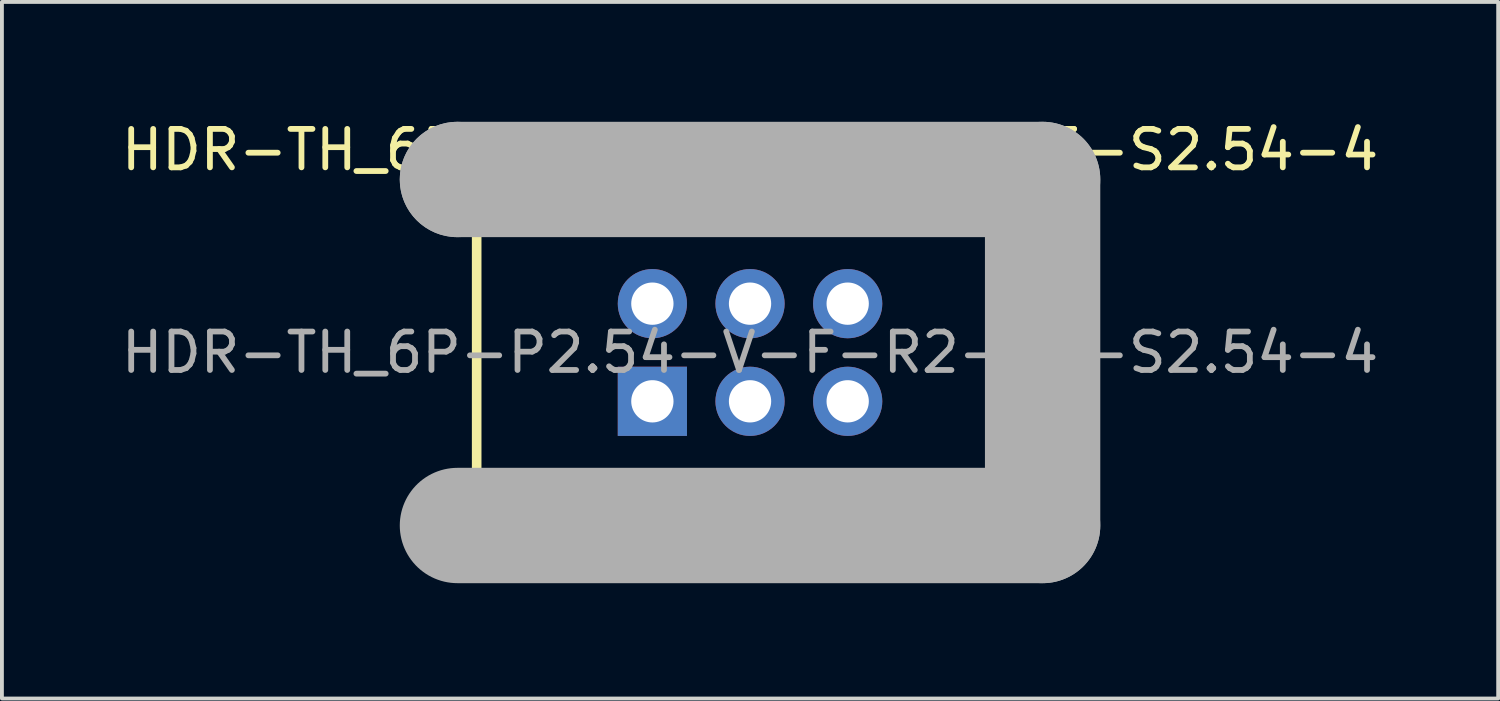
<source format=kicad_pcb>
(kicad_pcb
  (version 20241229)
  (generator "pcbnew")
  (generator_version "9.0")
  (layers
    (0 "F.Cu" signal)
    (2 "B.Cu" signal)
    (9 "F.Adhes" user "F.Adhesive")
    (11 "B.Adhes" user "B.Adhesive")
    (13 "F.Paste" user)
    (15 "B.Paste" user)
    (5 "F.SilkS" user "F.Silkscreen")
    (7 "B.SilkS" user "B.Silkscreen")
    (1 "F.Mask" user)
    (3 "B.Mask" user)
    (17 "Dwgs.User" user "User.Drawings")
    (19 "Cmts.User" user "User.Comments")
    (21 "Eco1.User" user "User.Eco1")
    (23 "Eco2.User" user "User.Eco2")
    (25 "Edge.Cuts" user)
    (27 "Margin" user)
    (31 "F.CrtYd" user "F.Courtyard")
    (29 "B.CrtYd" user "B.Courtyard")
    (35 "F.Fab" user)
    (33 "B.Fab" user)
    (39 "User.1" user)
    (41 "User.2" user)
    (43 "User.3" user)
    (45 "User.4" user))
  (footprint "HDR-TH_6P-P2.54-V-F-R2-C3-S2.54-4"
    (layer "F.Cu")
    (at 16.458 6.118)
    (property "Reference" "HDR-TH_6P-P2.54-V-F-R2-C3-S2.54-4" (at 0 -5.27 0) (layer "F.SilkS") (effects (font (size 1 1) (thickness 0.15))))
    (attr through_hole)
    (fp_line (start -7.11 -4.07) (end 7.11 -4.07) (stroke (width 0.25) (type solid)) (layer "F.SilkS"))
    (fp_line (start -7.11 4.06) (end -7.11 -4.07) (stroke (width 0.25) (type solid)) (layer "F.SilkS"))
    (fp_line (start -1.27 4.06) (end -7.11 4.06) (stroke (width 0.25) (type solid)) (layer "F.SilkS"))
    (fp_line (start -1.27 4.44) (end -1.27 4.06) (stroke (width 0.25) (type solid)) (layer "F.SilkS"))
    (fp_line (start 1.27 4.06) (end 1.27 4.44) (stroke (width 0.25) (type solid)) (layer "F.SilkS"))
    (fp_line (start 7.11 -4.07) (end 7.11 4.06) (stroke (width 0.25) (type solid)) (layer "F.SilkS"))
    (fp_line (start 7.11 4.06) (end 1.27 4.06) (stroke (width 0.25) (type solid)) (layer "F.SilkS"))
    (fp_line (start -7.61 -4.5) (end -7.61 -4.5) (stroke (width 3) (type solid)) (layer "F.Fab"))
    (fp_line (start -7.61 -4.5) (end 7.61 -4.5) (stroke (width 3) (type solid)) (layer "F.Fab"))
    (fp_line (start 7.61 -4.5) (end 7.61 4.5) (stroke (width 3) (type solid)) (layer "F.Fab"))
    (fp_line (start 7.61 4.5) (end -7.61 4.5) (stroke (width 3) (type solid)) (layer "F.Fab"))
    (fp_circle (center -7.61 4.45) (end -7.58 4.45) (stroke (width 0.06) (type solid)) (fill no) (layer "F.Fab"))
    (fp_text user "${REFERENCE}" (at 0 0 0) (layer "F.Fab") (effects (font (size 1 1) (thickness 0.15))))
    (pad "1" thru_hole rect (at -2.54 1.27) (size 1.8 1.8) (drill 1.1) (layers "*.Cu" "*.Paste" "*.Mask"))
    (pad "2" thru_hole circle (at -2.54 -1.27) (size 1.8 1.8) (drill 1.1) (layers "*.Cu" "*.Paste" "*.Mask"))
    (pad "3" thru_hole circle (at 0 1.27) (size 1.8 1.8) (drill 1.1) (layers "*.Cu" "*.Paste" "*.Mask"))
    (pad "4" thru_hole circle (at 0 -1.27) (size 1.8 1.8) (drill 1.1) (layers "*.Cu" "*.Paste" "*.Mask"))
    (pad "5" thru_hole circle (at 2.54 1.27) (size 1.8 1.8) (drill 1.1) (layers "*.Cu" "*.Paste" "*.Mask"))
    (pad "6" thru_hole circle (at 2.54 -1.27) (size 1.8 1.8) (drill 1.1) (layers "*.Cu" "*.Paste" "*.Mask")))
  (gr_rect
    (start -3 -3)
    (end 35.917 15.118)
    (stroke (width 0.1) (type default))
    (fill no)
    (layer "Edge.Cuts")))
</source>
